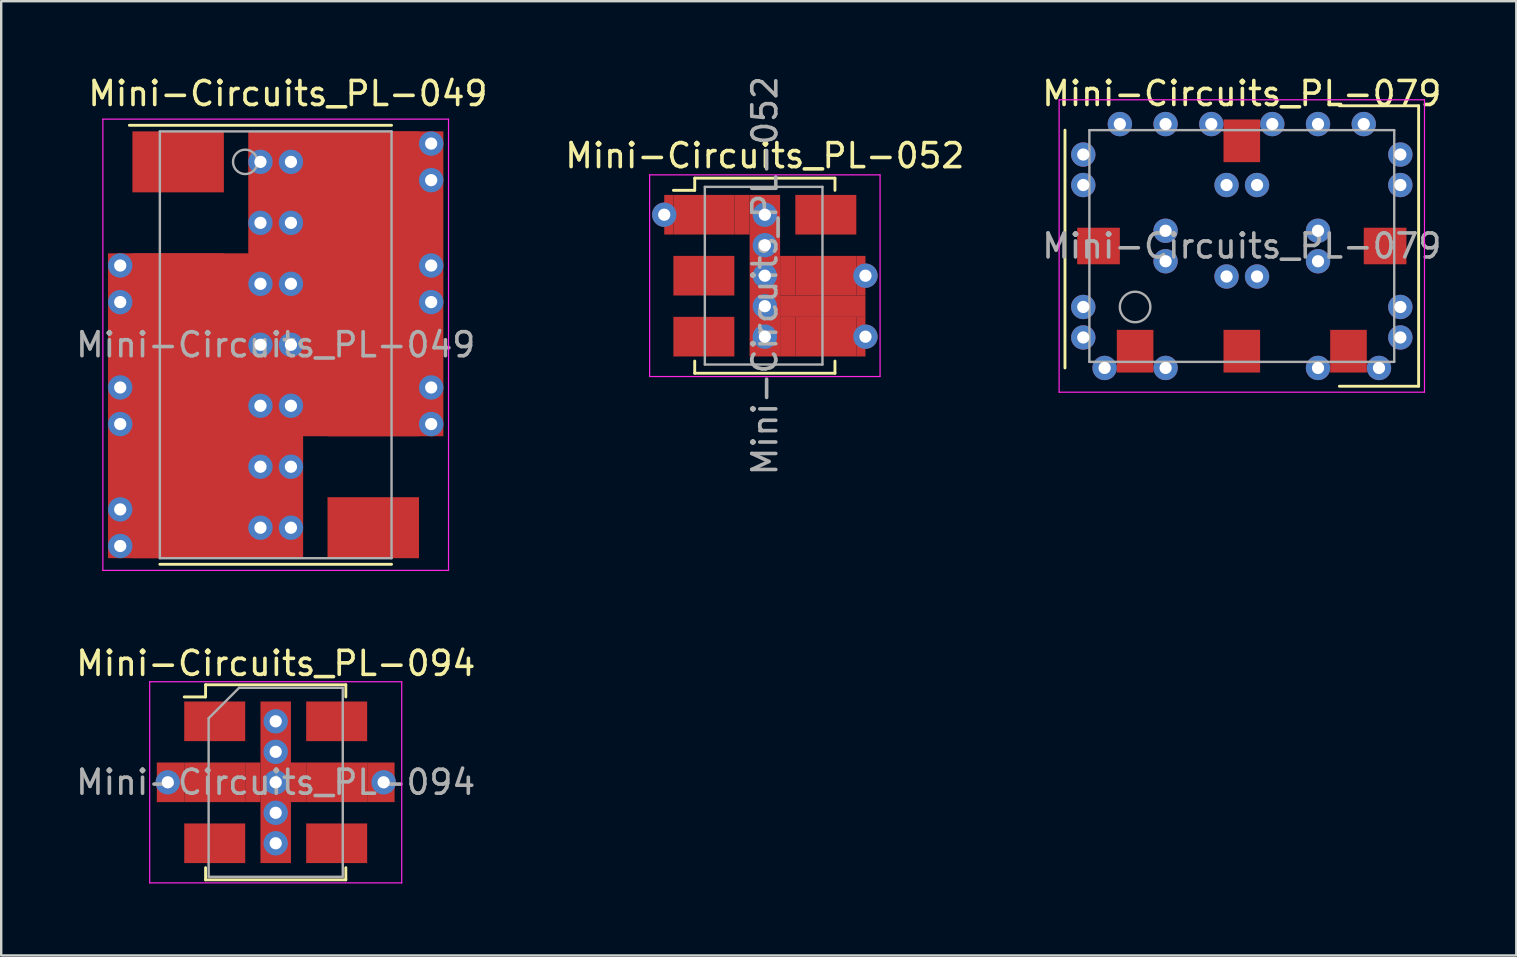
<source format=kicad_pcb>
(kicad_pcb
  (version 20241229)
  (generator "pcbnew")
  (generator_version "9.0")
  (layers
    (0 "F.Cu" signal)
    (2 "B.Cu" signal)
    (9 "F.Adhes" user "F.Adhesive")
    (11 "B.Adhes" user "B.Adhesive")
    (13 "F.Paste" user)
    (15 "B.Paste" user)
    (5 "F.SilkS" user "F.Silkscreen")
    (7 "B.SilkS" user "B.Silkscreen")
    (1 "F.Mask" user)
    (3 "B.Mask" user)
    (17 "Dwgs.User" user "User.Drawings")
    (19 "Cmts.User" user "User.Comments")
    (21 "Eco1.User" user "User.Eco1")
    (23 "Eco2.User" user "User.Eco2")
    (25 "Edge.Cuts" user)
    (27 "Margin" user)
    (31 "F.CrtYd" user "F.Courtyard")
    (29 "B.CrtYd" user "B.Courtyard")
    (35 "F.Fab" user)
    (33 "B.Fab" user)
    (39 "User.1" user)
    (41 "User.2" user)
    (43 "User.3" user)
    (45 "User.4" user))
  (footprint "Mini-Circuits_PL-052"
    (layer "F.Cu")
    (at 28.812 8.435)
    (property "Reference" "Mini-Circuits_PL-052" (at 0 -5 0) (layer "F.SilkS") (effects (font (size 1 1) (thickness 0.15))))
    (attr smd)
    (fp_line (start -2.921 -4.064) (end -2.921 -3.556) (stroke (width 0.12) (type solid)) (layer "F.SilkS"))
    (fp_line (start -2.921 -3.556) (end -3.81 -3.556) (stroke (width 0.12) (type solid)) (layer "F.SilkS"))
    (fp_line (start -2.921 3.556) (end -2.921 4.064) (stroke (width 0.12) (type solid)) (layer "F.SilkS"))
    (fp_line (start -2.921 4.064) (end 2.921 4.064) (stroke (width 0.12) (type solid)) (layer "F.SilkS"))
    (fp_line (start 2.921 -4.064) (end -2.921 -4.064) (stroke (width 0.12) (type solid)) (layer "F.SilkS"))
    (fp_line (start 2.921 -3.556) (end 2.921 -4.064) (stroke (width 0.12) (type solid)) (layer "F.SilkS"))
    (fp_line (start 2.921 4.064) (end 2.921 3.556) (stroke (width 0.12) (type solid)) (layer "F.SilkS"))
    (fp_line (start -4.8 -4.2) (end 4.8 -4.2) (stroke (width 0.05) (type solid)) (layer "F.CrtYd"))
    (fp_line (start -4.8 4.2) (end -4.8 -4.2) (stroke (width 0.05) (type solid)) (layer "F.CrtYd"))
    (fp_line (start 4.8 -4.2) (end 4.8 4.2) (stroke (width 0.05) (type solid)) (layer "F.CrtYd"))
    (fp_line (start 4.8 4.2) (end -4.8 4.2) (stroke (width 0.05) (type solid)) (layer "F.CrtYd"))
    (fp_line (start -2.5 -3.7) (end -2.5 3.7) (stroke (width 0.1) (type solid)) (layer "F.Fab"))
    (fp_line (start -2.5 3.7) (end 2.4 3.7) (stroke (width 0.1) (type solid)) (layer "F.Fab"))
    (fp_line (start 2.4 -3.7) (end -2.5 -3.7) (stroke (width 0.1) (type solid)) (layer "F.Fab"))
    (fp_line (start 2.4 3.7) (end 2.4 -3.7) (stroke (width 0.1) (type solid)) (layer "F.Fab"))
    (fp_text user "${REFERENCE}" (at 0 0 90) (layer "F.Fab") (effects (font (size 1 1) (thickness 0.15))))
    (pad "1" smd rect (at -4.191 -2.54) (size 0.381 1.651) (drill (offset 0.191 0)) (layers "F.Cu"))
    (pad "1" thru_hole circle (at -4.191 -2.54) (size 1.016 1.016) (drill 0.508) (layers "*.Cu"))
    (pad "1" smd rect (at -2.54 -2.54) (size 2.54 1.651) (layers "F.Cu" "F.Mask" "F.Paste"))
    (pad "1" smd rect (at -0.953 -2.54) (size 0.635 1.651) (layers "F.Cu"))
    (pad "1" thru_hole circle (at 0 -2.54) (size 1.016 1.016) (drill 0.508) (layers "*.Cu"))
    (pad "1" thru_hole circle (at 0 -1.27) (size 1.016 1.016) (drill 0.508) (layers "*.Cu"))
    (pad "1" thru_hole circle (at 0 0) (size 1.016 1.016) (drill 0.508) (layers "*.Cu"))
    (pad "1" smd rect (at 0 0) (size 1.27 6.731) (layers "F.Cu"))
    (pad "1" thru_hole circle (at 0 1.27) (size 1.016 1.016) (drill 0.508) (layers "*.Cu"))
    (pad "1" thru_hole circle (at 0 2.54) (size 1.016 1.016) (drill 0.508) (layers "*.Cu"))
    (pad "1" smd rect (at 2.413 1.27) (size 3.556 0.889) (layers "F.Cu"))
    (pad "2" smd rect (at -2.54 0) (size 2.54 1.651) (layers "F.Cu" "F.Mask" "F.Paste"))
    (pad "3" smd rect (at -2.54 2.54) (size 2.54 1.651) (layers "F.Cu" "F.Mask" "F.Paste"))
    (pad "4" smd rect (at 0.953 2.54) (size 0.635 1.651) (layers "F.Cu"))
    (pad "4" smd rect (at 2.54 2.54) (size 2.54 1.651) (layers "F.Cu" "F.Mask" "F.Paste"))
    (pad "4" smd rect (at 3.81 2.54) (size 0.381 1.651) (drill (offset 0.191 0)) (layers "F.Cu"))
    (pad "4" thru_hole circle (at 4.191 2.54) (size 1.016 1.016) (drill 0.508) (layers "*.Cu"))
    (pad "5" smd rect (at 0.953 0) (size 0.635 1.651) (layers "F.Cu"))
    (pad "5" smd rect (at 2.54 0) (size 2.54 1.651) (layers "F.Cu" "F.Mask" "F.Paste"))
    (pad "5" smd rect (at 3.81 0) (size 0.381 1.651) (drill (offset 0.191 0)) (layers "F.Cu"))
    (pad "5" thru_hole circle (at 4.191 0) (size 1.016 1.016) (drill 0.508) (layers "*.Cu"))
    (pad "6" smd rect (at 2.54 -2.54) (size 2.54 1.651) (layers "F.Cu" "F.Mask" "F.Paste")))
  (footprint "Mini-Circuits_PL-079"
    (layer "F.Cu")
    (at 48.681 7.198)
    (property "Reference" "Mini-Circuits_PL-079" (at 0 -6.35 0) (layer "F.SilkS") (effects (font (size 1 1) (thickness 0.15))))
    (attr smd)
    (fp_line (start -7.366 -4.826) (end -7.366 5.08) (stroke (width 0.12) (type solid)) (layer "F.SilkS"))
    (fp_line (start 4.064 5.842) (end 7.366 5.842) (stroke (width 0.12) (type solid)) (layer "F.SilkS"))
    (fp_line (start 7.366 -5.842) (end 4.064 -5.842) (stroke (width 0.12) (type solid)) (layer "F.SilkS"))
    (fp_line (start 7.366 5.842) (end 7.366 -5.842) (stroke (width 0.12) (type solid)) (layer "F.SilkS"))
    (fp_line (start -7.61 -6.09) (end 7.61 -6.09) (stroke (width 0.05) (type solid)) (layer "F.CrtYd"))
    (fp_line (start -7.61 6.09) (end -7.61 -6.09) (stroke (width 0.05) (type solid)) (layer "F.CrtYd"))
    (fp_line (start 7.61 -6.09) (end 7.61 6.09) (stroke (width 0.05) (type solid)) (layer "F.CrtYd"))
    (fp_line (start 7.61 6.09) (end -7.61 6.09) (stroke (width 0.05) (type solid)) (layer "F.CrtYd"))
    (fp_line (start -6.35 -4.826) (end 6.35 -4.826) (stroke (width 0.1) (type solid)) (layer "F.Fab"))
    (fp_line (start -6.35 4.826) (end -6.35 -4.826) (stroke (width 0.1) (type solid)) (layer "F.Fab"))
    (fp_line (start 6.35 -4.826) (end 6.35 4.826) (stroke (width 0.1) (type solid)) (layer "F.Fab"))
    (fp_line (start 6.35 4.826) (end -6.35 4.826) (stroke (width 0.1) (type solid)) (layer "F.Fab"))
    (fp_circle (center -4.445 2.54) (end -3.81 2.54) (stroke (width 0.1) (type solid)) (fill no) (layer "F.Fab"))
    (fp_text user "${REFERENCE}" (at 0 0 0) (layer "F.Fab") (effects (font (size 1 1) (thickness 0.15))))
    (pad "1" smd rect (at 6.858 0 180) (size 1.778 1.524) (drill (offset 0.889 0)) (layers "F.Cu" "F.Mask" "F.Paste"))
    (pad "2" smd rect (at -6.858 0) (size 1.778 1.524) (drill (offset 0.889 0)) (layers "F.Cu" "F.Mask" "F.Paste"))
    (pad "3" smd rect (at 0 5.271 90) (size 1.778 1.524) (drill (offset 0.889 0)) (layers "F.Cu" "F.Mask" "F.Paste"))
    (pad "4" thru_hole circle (at -6.604 -3.81 270) (size 1.016 1.016) (drill 0.508) (layers "*.Cu"))
    (pad "4" thru_hole circle (at -6.604 -2.54 270) (size 1.016 1.016) (drill 0.508) (layers "*.Cu"))
    (pad "4" thru_hole circle (at -6.604 2.54 270) (size 1.016 1.016) (drill 0.508) (layers "*.Cu"))
    (pad "4" thru_hole circle (at -6.604 3.81 270) (size 1.016 1.016) (drill 0.508) (layers "*.Cu"))
    (pad "4" thru_hole circle (at -5.715 5.08 270) (size 1.016 1.016) (drill 0.508) (layers "*.Cu"))
    (pad "4" thru_hole circle (at -5.08 -5.08 270) (size 1.016 1.016) (drill 0.508) (layers "*.Cu"))
    (pad "4" thru_hole circle (at -3.175 -5.08 270) (size 1.016 1.016) (drill 0.508) (layers "*.Cu"))
    (pad "4" thru_hole circle (at -3.175 -0.635 270) (size 1.016 1.016) (drill 0.508) (layers "*.Cu"))
    (pad "4" thru_hole circle (at -3.175 0.635 270) (size 1.016 1.016) (drill 0.508) (layers "*.Cu"))
    (pad "4" thru_hole circle (at -3.175 5.08 270) (size 1.016 1.016) (drill 0.508) (layers "*.Cu"))
    (pad "4" thru_hole circle (at -1.27 -5.08 270) (size 1.016 1.016) (drill 0.508) (layers "*.Cu"))
    (pad "4" thru_hole circle (at -0.635 -2.54 270) (size 1.016 1.016) (drill 0.508) (layers "*.Cu"))
    (pad "4" thru_hole circle (at -0.635 1.27 270) (size 1.016 1.016) (drill 0.508) (layers "*.Cu"))
    (pad "4" smd rect (at 0 -5.271 270) (size 1.778 1.524) (drill (offset 0.889 0)) (layers "F.Cu" "F.Mask" "F.Paste"))
    (pad "4" thru_hole circle (at 0.635 -2.54 270) (size 1.016 1.016) (drill 0.508) (layers "*.Cu"))
    (pad "4" thru_hole circle (at 0.635 1.27 270) (size 1.016 1.016) (drill 0.508) (layers "*.Cu"))
    (pad "4" thru_hole circle (at 1.27 -5.08 270) (size 1.016 1.016) (drill 0.508) (layers "*.Cu"))
    (pad "4" thru_hole circle (at 3.175 -5.08 270) (size 1.016 1.016) (drill 0.508) (layers "*.Cu"))
    (pad "4" thru_hole circle (at 3.175 -0.635 270) (size 1.016 1.016) (drill 0.508) (layers "*.Cu"))
    (pad "4" thru_hole circle (at 3.175 0.635 270) (size 1.016 1.016) (drill 0.508) (layers "*.Cu"))
    (pad "4" thru_hole circle (at 3.175 5.08 270) (size 1.016 1.016) (drill 0.508) (layers "*.Cu"))
    (pad "4" thru_hole circle (at 5.08 -5.08 270) (size 1.016 1.016) (drill 0.508) (layers "*.Cu"))
    (pad "4" thru_hole circle (at 5.715 5.08 270) (size 1.016 1.016) (drill 0.508) (layers "*.Cu"))
    (pad "4" thru_hole circle (at 6.604 -3.81 270) (size 1.016 1.016) (drill 0.508) (layers "*.Cu"))
    (pad "4" thru_hole circle (at 6.604 -2.54 270) (size 1.016 1.016) (drill 0.508) (layers "*.Cu"))
    (pad "4" thru_hole circle (at 6.604 2.54 270) (size 1.016 1.016) (drill 0.508) (layers "*.Cu"))
    (pad "4" thru_hole circle (at 6.604 3.81 270) (size 1.016 1.016) (drill 0.508) (layers "*.Cu"))
    (pad "5" smd rect (at -4.445 5.271 90) (size 1.778 1.524) (drill (offset 0.889 0)) (layers "F.Cu" "F.Mask" "F.Paste"))
    (pad "6" smd rect (at 4.445 5.271 90) (size 1.778 1.524) (drill (offset 0.889 0)) (layers "F.Cu" "F.Mask" "F.Paste")))
  (footprint "Mini-Circuits_PL-094"
    (layer "F.Cu")
    (at 8.435 29.539)
    (property "Reference" "Mini-Circuits_PL-094" (at 0.004 -4.953 0) (layer "F.SilkS") (effects (font (size 1 1) (thickness 0.15))))
    (attr smd)
    (fp_line (start -2.921 -4.064) (end -2.921 -3.556) (stroke (width 0.12) (type solid)) (layer "F.SilkS"))
    (fp_line (start -2.921 -3.556) (end -3.81 -3.556) (stroke (width 0.12) (type solid)) (layer "F.SilkS"))
    (fp_line (start -2.921 3.556) (end -2.921 4.064) (stroke (width 0.12) (type solid)) (layer "F.SilkS"))
    (fp_line (start -2.921 4.064) (end 2.921 4.064) (stroke (width 0.12) (type solid)) (layer "F.SilkS"))
    (fp_line (start 2.921 -4.064) (end -2.921 -4.064) (stroke (width 0.12) (type solid)) (layer "F.SilkS"))
    (fp_line (start 2.921 -3.556) (end 2.921 -4.064) (stroke (width 0.12) (type solid)) (layer "F.SilkS"))
    (fp_line (start 2.921 4.064) (end 2.921 3.556) (stroke (width 0.12) (type solid)) (layer "F.SilkS"))
    (fp_line (start -5.25 -4.19) (end -5.25 4.19) (stroke (width 0.05) (type solid)) (layer "F.CrtYd"))
    (fp_line (start -5.25 -4.19) (end 5.25 -4.19) (stroke (width 0.05) (type solid)) (layer "F.CrtYd"))
    (fp_line (start 5.25 4.19) (end -5.25 4.19) (stroke (width 0.05) (type solid)) (layer "F.CrtYd"))
    (fp_line (start 5.25 4.19) (end 5.25 -4.19) (stroke (width 0.05) (type solid)) (layer "F.CrtYd"))
    (fp_line (start -2.794 -2.667) (end -2.794 3.937) (stroke (width 0.1) (type solid)) (layer "F.Fab"))
    (fp_line (start -2.794 -2.667) (end -1.524 -3.937) (stroke (width 0.1) (type solid)) (layer "F.Fab"))
    (fp_line (start -2.794 3.937) (end 2.794 3.937) (stroke (width 0.1) (type solid)) (layer "F.Fab"))
    (fp_line (start 2.794 -3.937) (end -1.524 -3.937) (stroke (width 0.1) (type solid)) (layer "F.Fab"))
    (fp_line (start 2.794 -3.937) (end 2.794 3.937) (stroke (width 0.1) (type solid)) (layer "F.Fab"))
    (fp_text user "${REFERENCE}" (at 0 0 0) (layer "F.Fab") (effects (font (size 1 1) (thickness 0.15))))
    (pad "1" smd rect (at -2.54 -2.54 270) (size 1.651 2.54) (layers "F.Cu" "F.Mask" "F.Paste"))
    (pad "2" thru_hole circle (at -4.496 0 270) (size 1.016 1.016) (drill 0.508) (layers "*.Cu"))
    (pad "2" smd rect (at -4.381 0 270) (size 1.651 1.143) (layers "F.Cu"))
    (pad "2" smd rect (at -2.54 0 270) (size 1.651 2.54) (layers "F.Cu" "F.Mask" "F.Paste"))
    (pad "2" smd rect (at -0.953 0 270) (size 1.651 0.635) (layers "F.Cu"))
    (pad "2" thru_hole circle (at 0 -2.54 270) (size 1.016 1.016) (drill 0.508) (layers "*.Cu"))
    (pad "2" thru_hole circle (at 0 -1.27 270) (size 1.016 1.016) (drill 0.508) (layers "*.Cu"))
    (pad "2" thru_hole circle (at 0 0 270) (size 1.016 1.016) (drill 0.508) (layers "*.Cu"))
    (pad "2" smd rect (at 0 0 270) (size 6.731 1.27) (layers "F.Cu"))
    (pad "2" thru_hole circle (at 0 1.27 270) (size 1.016 1.016) (drill 0.508) (layers "*.Cu"))
    (pad "2" thru_hole circle (at 0 2.54 270) (size 1.016 1.016) (drill 0.508) (layers "*.Cu"))
    (pad "3" smd rect (at -2.54 2.54 270) (size 1.651 2.54) (layers "F.Cu" "F.Mask" "F.Paste"))
    (pad "4" smd rect (at 2.54 2.54 270) (size 1.651 2.54) (layers "F.Cu" "F.Mask" "F.Paste"))
    (pad "5" smd rect (at 0.953 0 270) (size 1.651 0.635) (layers "F.Cu"))
    (pad "5" smd rect (at 2.54 0 270) (size 1.651 2.54) (layers "F.Cu" "F.Mask" "F.Paste"))
    (pad "5" smd rect (at 4.381 0 270) (size 1.651 1.143) (layers "F.Cu"))
    (pad "5" thru_hole circle (at 4.496 0 270) (size 1.016 1.016) (drill 0.508) (layers "*.Cu"))
    (pad "6" smd rect (at 2.54 -2.54 270) (size 1.651 2.54) (layers "F.Cu" "F.Mask" "F.Paste")))
  (footprint "Mini-Circuits_PL-049"
    (layer "F.Cu")
    (at 8.435 11.313)
    (property "Reference" "Mini-Circuits_PL-049" (at 0.508 -10.465 0) (layer "F.SilkS") (effects (font (size 1 1) (thickness 0.15))))
    (attr smd)
    (fp_line (start -4.826 9.144) (end 4.826 9.144) (stroke (width 0.12) (type solid)) (layer "F.SilkS"))
    (fp_line (start 4.826 -9.144) (end -6.096 -9.144) (stroke (width 0.12) (type solid)) (layer "F.SilkS"))
    (fp_line (start -7.2 -9.4) (end -7.2 9.4) (stroke (width 0.05) (type solid)) (layer "F.CrtYd"))
    (fp_line (start -7.2 9.4) (end 7.2 9.4) (stroke (width 0.05) (type solid)) (layer "F.CrtYd"))
    (fp_line (start 7.2 -9.4) (end -7.2 -9.4) (stroke (width 0.05) (type solid)) (layer "F.CrtYd"))
    (fp_line (start 7.2 9.4) (end 7.2 -9.4) (stroke (width 0.05) (type solid)) (layer "F.CrtYd"))
    (fp_line (start -4.826 -8.89) (end -4.826 8.89) (stroke (width 0.1) (type solid)) (layer "F.Fab"))
    (fp_line (start 4.826 -8.89) (end -4.826 -8.89) (stroke (width 0.1) (type solid)) (layer "F.Fab"))
    (fp_line (start 4.826 8.89) (end -4.826 8.89) (stroke (width 0.1) (type solid)) (layer "F.Fab"))
    (fp_line (start 4.826 8.89) (end 4.826 -8.89) (stroke (width 0.1) (type solid)) (layer "F.Fab"))
    (fp_circle (center -1.27 -7.62) (end -0.762 -7.62) (stroke (width 0.1) (type solid)) (fill no) (layer "F.Fab"))
    (fp_text user "${REFERENCE}" (at 0 0 0) (layer "F.Fab") (effects (font (size 1 1) (thickness 0.15))))
    (pad "1" smd rect (at -4.064 -7.62 270) (size 2.54 3.81) (layers "F.Cu" "F.Mask" "F.Paste"))
    (pad "2" thru_hole circle (at -6.477 -3.302 270) (size 1.016 1.016) (drill 0.508) (layers "*.Cu"))
    (pad "2" thru_hole circle (at -6.477 -1.778 270) (size 1.016 1.016) (drill 0.508) (layers "*.Cu"))
    (pad "2" thru_hole circle (at -6.477 1.778 270) (size 1.016 1.016) (drill 0.508) (layers "*.Cu"))
    (pad "2" thru_hole circle (at -6.477 3.302 270) (size 1.016 1.016) (drill 0.508) (layers "*.Cu"))
    (pad "2" thru_hole circle (at -6.477 6.858 270) (size 1.016 1.016) (drill 0.508) (layers "*.Cu"))
    (pad "2" thru_hole circle (at -6.477 8.382 270) (size 1.016 1.016) (drill 0.508) (layers "*.Cu"))
    (pad "2" smd rect (at -2.921 2.54 270) (size 12.7 8.128) (layers "F.Cu"))
    (pad "2" thru_hole circle (at -0.635 -7.62 270) (size 1.016 1.016) (drill 0.508) (layers "*.Cu"))
    (pad "2" thru_hole circle (at -0.635 -5.08 270) (size 1.016 1.016) (drill 0.508) (layers "*.Cu"))
    (pad "2" thru_hole circle (at -0.635 -2.54 270) (size 1.016 1.016) (drill 0.508) (layers "*.Cu"))
    (pad "2" thru_hole circle (at -0.635 0 270) (size 1.016 1.016) (drill 0.508) (layers "*.Cu"))
    (pad "2" thru_hole circle (at -0.635 2.54 270) (size 1.016 1.016) (drill 0.508) (layers "*.Cu"))
    (pad "2" thru_hole circle (at -0.635 5.08 270) (size 1.016 1.016) (drill 0.508) (layers "*.Cu"))
    (pad "2" thru_hole circle (at -0.635 7.62 270) (size 1.016 1.016) (drill 0.508) (layers "*.Cu"))
    (pad "2" thru_hole circle (at 0.635 -7.62 270) (size 1.016 1.016) (drill 0.508) (layers "*.Cu"))
    (pad "2" thru_hole circle (at 0.635 -5.08 270) (size 1.016 1.016) (drill 0.508) (layers "*.Cu"))
    (pad "2" thru_hole circle (at 0.635 -2.54 270) (size 1.016 1.016) (drill 0.508) (layers "*.Cu"))
    (pad "2" thru_hole circle (at 0.635 0 270) (size 1.016 1.016) (drill 0.508) (layers "*.Cu"))
    (pad "2" thru_hole circle (at 0.635 2.54 270) (size 1.016 1.016) (drill 0.508) (layers "*.Cu"))
    (pad "2" thru_hole circle (at 0.635 5.08 270) (size 1.016 1.016) (drill 0.508) (layers "*.Cu"))
    (pad "2" thru_hole circle (at 0.635 7.62 270) (size 1.016 1.016) (drill 0.508) (layers "*.Cu"))
    (pad "2" smd rect (at 2.921 -2.54 270) (size 12.7 8.128) (layers "F.Cu"))
    (pad "2" smd rect (at 4.064 -7.62 270) (size 2.54 3.81) (layers "F.Cu" "F.Mask" "F.Paste"))
    (pad "2" thru_hole circle (at 6.477 -8.382 270) (size 1.016 1.016) (drill 0.508) (layers "*.Cu"))
    (pad "2" thru_hole circle (at 6.477 -6.858 270) (size 1.016 1.016) (drill 0.508) (layers "*.Cu"))
    (pad "2" thru_hole circle (at 6.477 -3.302 270) (size 1.016 1.016) (drill 0.508) (layers "*.Cu"))
    (pad "2" thru_hole circle (at 6.477 -1.778 270) (size 1.016 1.016) (drill 0.508) (layers "*.Cu"))
    (pad "2" thru_hole circle (at 6.477 1.778 270) (size 1.016 1.016) (drill 0.508) (layers "*.Cu"))
    (pad "2" thru_hole circle (at 6.477 3.302 270) (size 1.016 1.016) (drill 0.508) (layers "*.Cu"))
    (pad "3" smd rect (at -4.064 -2.54 270) (size 2.54 3.81) (layers "F.Cu" "F.Mask" "F.Paste"))
    (pad "4" smd rect (at 4.064 -2.54 270) (size 2.54 3.81) (layers "F.Cu" "F.Mask" "F.Paste"))
    (pad "5" smd rect (at -4.064 2.54 270) (size 2.54 3.81) (layers "F.Cu" "F.Mask" "F.Paste"))
    (pad "6" smd rect (at 4.064 2.54 270) (size 2.54 3.81) (layers "F.Cu" "F.Mask" "F.Paste"))
    (pad "7" smd rect (at -4.064 7.62 270) (size 2.54 3.81) (layers "F.Cu" "F.Mask" "F.Paste"))
    (pad "8" smd rect (at 4.064 7.62 270) (size 2.54 3.81) (layers "F.Cu" "F.Mask" "F.Paste")))
  (gr_rect
    (start -3 -3)
    (end 60.115 36.754)
    (stroke (width 0.1) (type default))
    (fill no)
    (layer "Edge.Cuts")))
</source>
